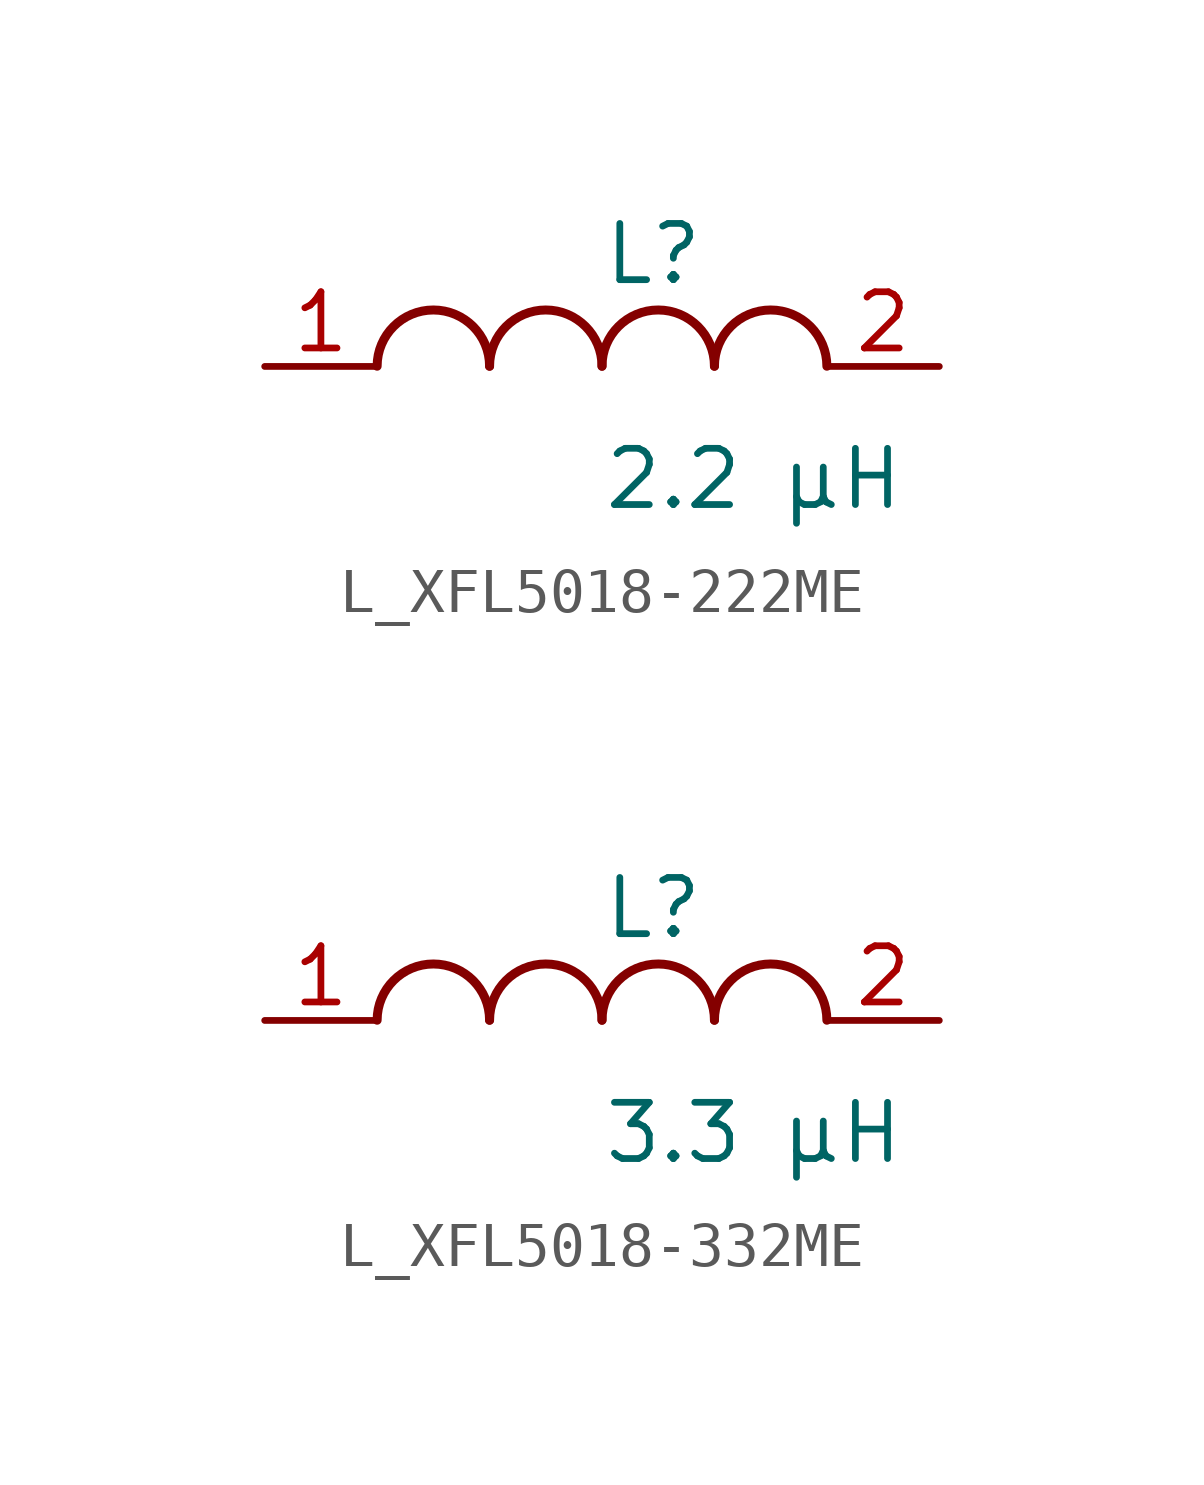
<source format=kicad_sym>
(kicad_symbol_lib
  (version 20231120)
  (generator "kicad_symbol_editor")
  (generator_version "8.0")
  (symbol "L_XFL5018-222ME"
    (pin_names
      (offset 0.254))
    (property "Value" "2.2 µH"
      (at 0 -2.54 0)
      (effects (font (size 1.27 1.27)) (justify left)))
    (property "Reference" "L"
      (at 0 2.54 0)
      (effects (font (size 1.27 1.27)) (justify left)))
    (symbol "L_XFL5018-222ME_1_1"
      (arc (start -2.54 0.0056) (mid -3.81 1.27) (end -5.08 0.0056) (stroke (width 0.2032) (type default)) (fill (type none)))
      (arc (start 0 0.0056) (mid -1.27 1.27) (end -2.54 0.0056) (stroke (width 0.2032) (type default)) (fill (type none)))
      (arc (start 2.54 0.0056) (mid 1.27 1.27) (end 0 0.0056) (stroke (width 0.2032) (type default)) (fill (type none)))
      (arc (start 5.08 0.0056) (mid 3.81 1.27) (end 2.54 0.0056) (stroke (width 0.2032) (type default)) (fill (type none)))
      (pin unspecified line (at -7.62 0 0) (length 2.54) (name "" (effects (font (size 1.27 1.27)))) (number "1" (effects (font (size 1.27 1.27)))))
      (pin unspecified line (at 7.62 0 180) (length 2.54) (name "" (effects (font (size 1.27 1.27)))) (number "2" (effects (font (size 1.27 1.27)))))))
  (symbol "L_XFL5018-332ME"
    (pin_names
      (offset 0.254))
    (property "Value" "3.3 µH"
      (at 0 -2.54 0)
      (effects (font (size 1.27 1.27)) (justify left)))
    (property "Reference" "L"
      (at 0 2.54 0)
      (effects (font (size 1.27 1.27)) (justify left)))
    (symbol "L_XFL5018-332ME_1_1"
      (arc (start -2.54 0.0056) (mid -3.81 1.27) (end -5.08 0.0056) (stroke (width 0.2032) (type default)) (fill (type none)))
      (arc (start 0 0.0056) (mid -1.27 1.27) (end -2.54 0.0056) (stroke (width 0.2032) (type default)) (fill (type none)))
      (arc (start 2.54 0.0056) (mid 1.27 1.27) (end 0 0.0056) (stroke (width 0.2032) (type default)) (fill (type none)))
      (arc (start 5.08 0.0056) (mid 3.81 1.27) (end 2.54 0.0056) (stroke (width 0.2032) (type default)) (fill (type none)))
      (pin unspecified line (at -7.62 0 0) (length 2.54) (name "" (effects (font (size 1.27 1.27)))) (number "1" (effects (font (size 1.27 1.27)))))
      (pin unspecified line (at 7.62 0 180) (length 2.54) (name "" (effects (font (size 1.27 1.27)))) (number "2" (effects (font (size 1.27 1.27))))))))
</source>
